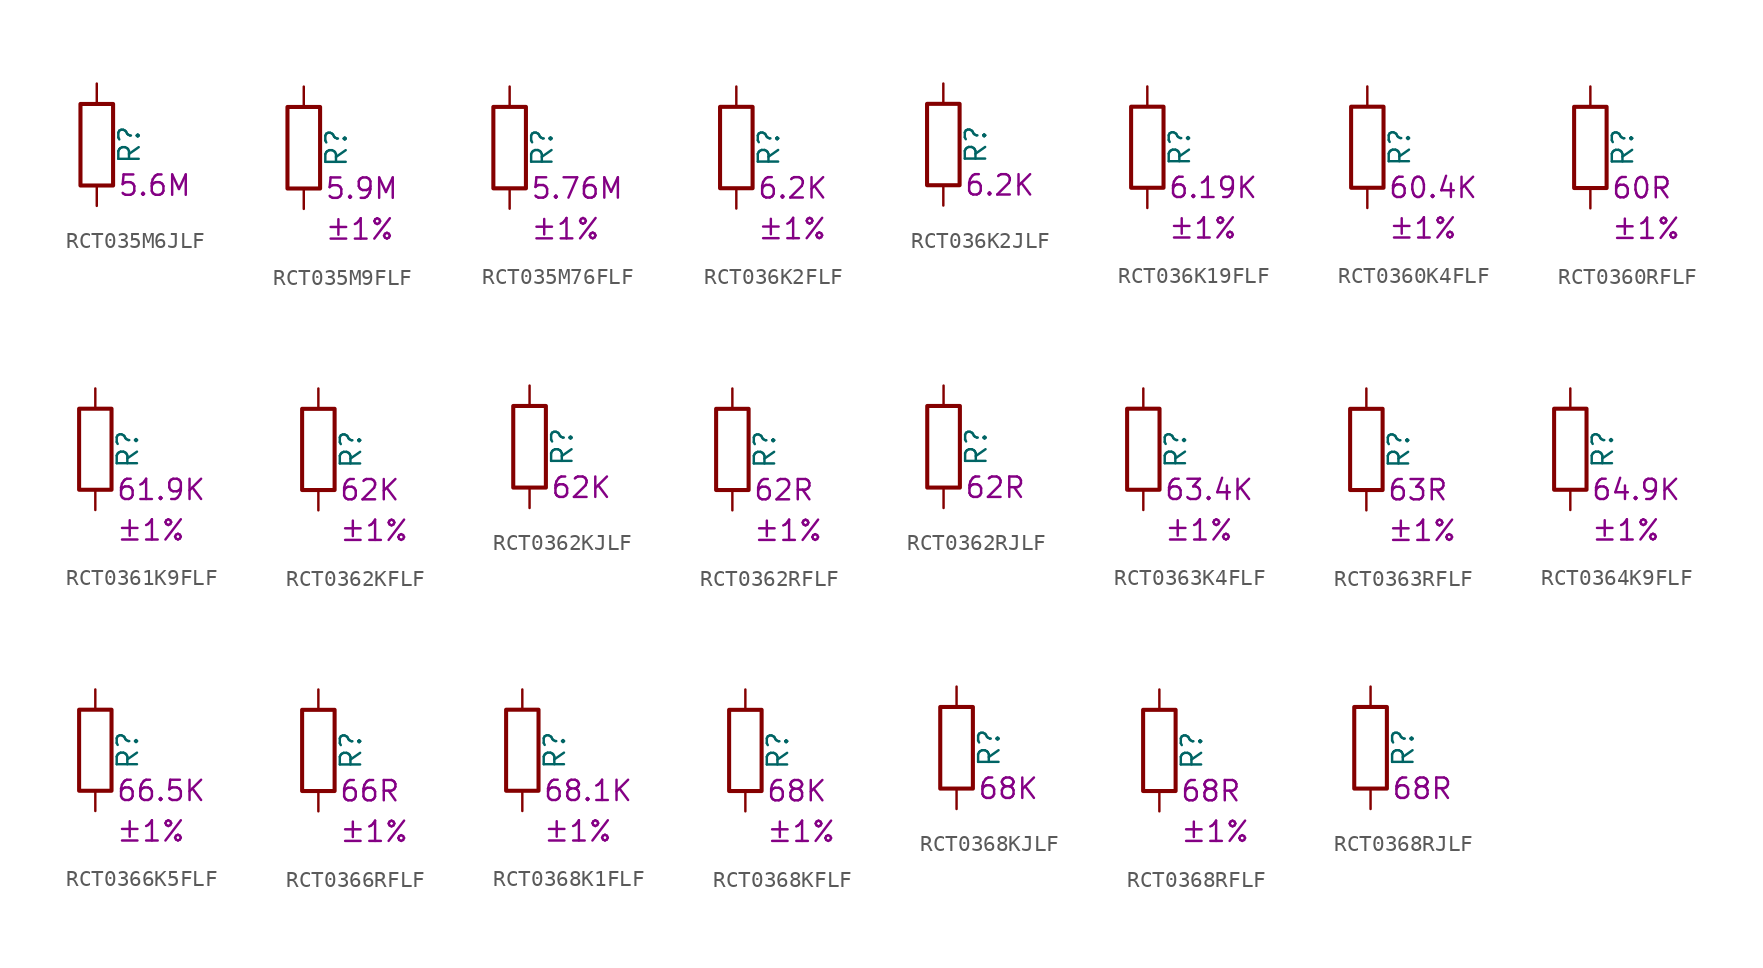
<source format=kicad_sym>
(kicad_symbol_lib
  (version 20220914)
  (generator kicad_symbol_editor)
  (symbol "RCT035M6JLF"
    (pin_numbers hide)
    (pin_names
      (offset 0))
    (property "Reference" "R"
      (at 2.032 0 90)
      (effects (font (size 1.27 1.27))))
    (property "Resistance" "5.6M"
      (at 1.27 -2.54 0)
      (effects (font (size 1.27 1.27)) (justify left)))
    (symbol "RCT035M6JLF_0_1"
      (rectangle (start -1.016 -2.54) (end 1.016 2.54) (stroke (width 0.254) (type default)) (fill (type none))))
    (symbol "RCT035M6JLF_1_1"
      (pin passive line (at 0 3.81 270) (length 1.27) (name "~" (effects (font (size 1.27 1.27)))) (number "1" (effects (font (size 1.27 1.27)))))
      (pin passive line (at 0 -3.81 90) (length 1.27) (name "~" (effects (font (size 1.27 1.27)))) (number "2" (effects (font (size 1.27 1.27)))))))
  (symbol "RCT035M9FLF"
    (pin_numbers hide)
    (pin_names
      (offset 0))
    (property "Reference" "R"
      (at 2.032 0 90)
      (effects (font (size 1.27 1.27))))
    (property "Resistance" "5.9M"
      (at 1.27 -2.54 0)
      (effects (font (size 1.27 1.27)) (justify left)))
    (property "Tolerance" "±1%"
      (at 1.27 -5.08 0)
      (effects (font (size 1.27 1.27)) (justify left)))
    (symbol "RCT035M9FLF_0_1"
      (rectangle (start -1.016 -2.54) (end 1.016 2.54) (stroke (width 0.254) (type default)) (fill (type none))))
    (symbol "RCT035M9FLF_1_1"
      (pin passive line (at 0 3.81 270) (length 1.27) (name "~" (effects (font (size 1.27 1.27)))) (number "1" (effects (font (size 1.27 1.27)))))
      (pin passive line (at 0 -3.81 90) (length 1.27) (name "~" (effects (font (size 1.27 1.27)))) (number "2" (effects (font (size 1.27 1.27)))))))
  (symbol "RCT035M76FLF"
    (pin_numbers hide)
    (pin_names
      (offset 0))
    (property "Reference" "R"
      (at 2.032 0 90)
      (effects (font (size 1.27 1.27))))
    (property "Resistance" "5.76M"
      (at 1.27 -2.54 0)
      (effects (font (size 1.27 1.27)) (justify left)))
    (property "Tolerance" "±1%"
      (at 1.27 -5.08 0)
      (effects (font (size 1.27 1.27)) (justify left)))
    (symbol "RCT035M76FLF_0_1"
      (rectangle (start -1.016 -2.54) (end 1.016 2.54) (stroke (width 0.254) (type default)) (fill (type none))))
    (symbol "RCT035M76FLF_1_1"
      (pin passive line (at 0 3.81 270) (length 1.27) (name "~" (effects (font (size 1.27 1.27)))) (number "1" (effects (font (size 1.27 1.27)))))
      (pin passive line (at 0 -3.81 90) (length 1.27) (name "~" (effects (font (size 1.27 1.27)))) (number "2" (effects (font (size 1.27 1.27)))))))
  (symbol "RCT036K2FLF"
    (pin_numbers hide)
    (pin_names
      (offset 0))
    (property "Reference" "R"
      (at 2.032 0 90)
      (effects (font (size 1.27 1.27))))
    (property "Resistance" "6.2K"
      (at 1.27 -2.54 0)
      (effects (font (size 1.27 1.27)) (justify left)))
    (property "Tolerance" "±1%"
      (at 1.27 -5.08 0)
      (effects (font (size 1.27 1.27)) (justify left)))
    (symbol "RCT036K2FLF_0_1"
      (rectangle (start -1.016 -2.54) (end 1.016 2.54) (stroke (width 0.254) (type default)) (fill (type none))))
    (symbol "RCT036K2FLF_1_1"
      (pin passive line (at 0 3.81 270) (length 1.27) (name "~" (effects (font (size 1.27 1.27)))) (number "1" (effects (font (size 1.27 1.27)))))
      (pin passive line (at 0 -3.81 90) (length 1.27) (name "~" (effects (font (size 1.27 1.27)))) (number "2" (effects (font (size 1.27 1.27)))))))
  (symbol "RCT036K2JLF"
    (pin_numbers hide)
    (pin_names
      (offset 0))
    (property "Reference" "R"
      (at 2.032 0 90)
      (effects (font (size 1.27 1.27))))
    (property "Resistance" "6.2K"
      (at 1.27 -2.54 0)
      (effects (font (size 1.27 1.27)) (justify left)))
    (symbol "RCT036K2JLF_0_1"
      (rectangle (start -1.016 -2.54) (end 1.016 2.54) (stroke (width 0.254) (type default)) (fill (type none))))
    (symbol "RCT036K2JLF_1_1"
      (pin passive line (at 0 3.81 270) (length 1.27) (name "~" (effects (font (size 1.27 1.27)))) (number "1" (effects (font (size 1.27 1.27)))))
      (pin passive line (at 0 -3.81 90) (length 1.27) (name "~" (effects (font (size 1.27 1.27)))) (number "2" (effects (font (size 1.27 1.27)))))))
  (symbol "RCT036K19FLF"
    (pin_numbers hide)
    (pin_names
      (offset 0))
    (property "Reference" "R"
      (at 2.032 0 90)
      (effects (font (size 1.27 1.27))))
    (property "Resistance" "6.19K"
      (at 1.27 -2.54 0)
      (effects (font (size 1.27 1.27)) (justify left)))
    (property "Tolerance" "±1%"
      (at 1.27 -5.08 0)
      (effects (font (size 1.27 1.27)) (justify left)))
    (symbol "RCT036K19FLF_0_1"
      (rectangle (start -1.016 -2.54) (end 1.016 2.54) (stroke (width 0.254) (type default)) (fill (type none))))
    (symbol "RCT036K19FLF_1_1"
      (pin passive line (at 0 3.81 270) (length 1.27) (name "~" (effects (font (size 1.27 1.27)))) (number "1" (effects (font (size 1.27 1.27)))))
      (pin passive line (at 0 -3.81 90) (length 1.27) (name "~" (effects (font (size 1.27 1.27)))) (number "2" (effects (font (size 1.27 1.27)))))))
  (symbol "RCT0360K4FLF"
    (pin_numbers hide)
    (pin_names
      (offset 0))
    (property "Reference" "R"
      (at 2.032 0 90)
      (effects (font (size 1.27 1.27))))
    (property "Resistance" "60.4K"
      (at 1.27 -2.54 0)
      (effects (font (size 1.27 1.27)) (justify left)))
    (property "Tolerance" "±1%"
      (at 1.27 -5.08 0)
      (effects (font (size 1.27 1.27)) (justify left)))
    (symbol "RCT0360K4FLF_0_1"
      (rectangle (start -1.016 -2.54) (end 1.016 2.54) (stroke (width 0.254) (type default)) (fill (type none))))
    (symbol "RCT0360K4FLF_1_1"
      (pin passive line (at 0 3.81 270) (length 1.27) (name "~" (effects (font (size 1.27 1.27)))) (number "1" (effects (font (size 1.27 1.27)))))
      (pin passive line (at 0 -3.81 90) (length 1.27) (name "~" (effects (font (size 1.27 1.27)))) (number "2" (effects (font (size 1.27 1.27)))))))
  (symbol "RCT0360RFLF"
    (pin_numbers hide)
    (pin_names
      (offset 0))
    (property "Reference" "R"
      (at 2.032 0 90)
      (effects (font (size 1.27 1.27))))
    (property "Resistance" "60R"
      (at 1.27 -2.54 0)
      (effects (font (size 1.27 1.27)) (justify left)))
    (property "Tolerance" "±1%"
      (at 1.27 -5.08 0)
      (effects (font (size 1.27 1.27)) (justify left)))
    (symbol "RCT0360RFLF_0_1"
      (rectangle (start -1.016 -2.54) (end 1.016 2.54) (stroke (width 0.254) (type default)) (fill (type none))))
    (symbol "RCT0360RFLF_1_1"
      (pin passive line (at 0 3.81 270) (length 1.27) (name "~" (effects (font (size 1.27 1.27)))) (number "1" (effects (font (size 1.27 1.27)))))
      (pin passive line (at 0 -3.81 90) (length 1.27) (name "~" (effects (font (size 1.27 1.27)))) (number "2" (effects (font (size 1.27 1.27)))))))
  (symbol "RCT0361K9FLF"
    (pin_numbers hide)
    (pin_names
      (offset 0))
    (property "Reference" "R"
      (at 2.032 0 90)
      (effects (font (size 1.27 1.27))))
    (property "Resistance" "61.9K"
      (at 1.27 -2.54 0)
      (effects (font (size 1.27 1.27)) (justify left)))
    (property "Tolerance" "±1%"
      (at 1.27 -5.08 0)
      (effects (font (size 1.27 1.27)) (justify left)))
    (symbol "RCT0361K9FLF_0_1"
      (rectangle (start -1.016 -2.54) (end 1.016 2.54) (stroke (width 0.254) (type default)) (fill (type none))))
    (symbol "RCT0361K9FLF_1_1"
      (pin passive line (at 0 3.81 270) (length 1.27) (name "~" (effects (font (size 1.27 1.27)))) (number "1" (effects (font (size 1.27 1.27)))))
      (pin passive line (at 0 -3.81 90) (length 1.27) (name "~" (effects (font (size 1.27 1.27)))) (number "2" (effects (font (size 1.27 1.27)))))))
  (symbol "RCT0362KFLF"
    (pin_numbers hide)
    (pin_names
      (offset 0))
    (property "Reference" "R"
      (at 2.032 0 90)
      (effects (font (size 1.27 1.27))))
    (property "Resistance" "62K"
      (at 1.27 -2.54 0)
      (effects (font (size 1.27 1.27)) (justify left)))
    (property "Tolerance" "±1%"
      (at 1.27 -5.08 0)
      (effects (font (size 1.27 1.27)) (justify left)))
    (symbol "RCT0362KFLF_0_1"
      (rectangle (start -1.016 -2.54) (end 1.016 2.54) (stroke (width 0.254) (type default)) (fill (type none))))
    (symbol "RCT0362KFLF_1_1"
      (pin passive line (at 0 3.81 270) (length 1.27) (name "~" (effects (font (size 1.27 1.27)))) (number "1" (effects (font (size 1.27 1.27)))))
      (pin passive line (at 0 -3.81 90) (length 1.27) (name "~" (effects (font (size 1.27 1.27)))) (number "2" (effects (font (size 1.27 1.27)))))))
  (symbol "RCT0362KJLF"
    (pin_numbers hide)
    (pin_names
      (offset 0))
    (property "Reference" "R"
      (at 2.032 0 90)
      (effects (font (size 1.27 1.27))))
    (property "Resistance" "62K"
      (at 1.27 -2.54 0)
      (effects (font (size 1.27 1.27)) (justify left)))
    (symbol "RCT0362KJLF_0_1"
      (rectangle (start -1.016 -2.54) (end 1.016 2.54) (stroke (width 0.254) (type default)) (fill (type none))))
    (symbol "RCT0362KJLF_1_1"
      (pin passive line (at 0 3.81 270) (length 1.27) (name "~" (effects (font (size 1.27 1.27)))) (number "1" (effects (font (size 1.27 1.27)))))
      (pin passive line (at 0 -3.81 90) (length 1.27) (name "~" (effects (font (size 1.27 1.27)))) (number "2" (effects (font (size 1.27 1.27)))))))
  (symbol "RCT0362RFLF"
    (pin_numbers hide)
    (pin_names
      (offset 0))
    (property "Reference" "R"
      (at 2.032 0 90)
      (effects (font (size 1.27 1.27))))
    (property "Resistance" "62R"
      (at 1.27 -2.54 0)
      (effects (font (size 1.27 1.27)) (justify left)))
    (property "Tolerance" "±1%"
      (at 1.27 -5.08 0)
      (effects (font (size 1.27 1.27)) (justify left)))
    (symbol "RCT0362RFLF_0_1"
      (rectangle (start -1.016 -2.54) (end 1.016 2.54) (stroke (width 0.254) (type default)) (fill (type none))))
    (symbol "RCT0362RFLF_1_1"
      (pin passive line (at 0 3.81 270) (length 1.27) (name "~" (effects (font (size 1.27 1.27)))) (number "1" (effects (font (size 1.27 1.27)))))
      (pin passive line (at 0 -3.81 90) (length 1.27) (name "~" (effects (font (size 1.27 1.27)))) (number "2" (effects (font (size 1.27 1.27)))))))
  (symbol "RCT0362RJLF"
    (pin_numbers hide)
    (pin_names
      (offset 0))
    (property "Reference" "R"
      (at 2.032 0 90)
      (effects (font (size 1.27 1.27))))
    (property "Resistance" "62R"
      (at 1.27 -2.54 0)
      (effects (font (size 1.27 1.27)) (justify left)))
    (symbol "RCT0362RJLF_0_1"
      (rectangle (start -1.016 -2.54) (end 1.016 2.54) (stroke (width 0.254) (type default)) (fill (type none))))
    (symbol "RCT0362RJLF_1_1"
      (pin passive line (at 0 3.81 270) (length 1.27) (name "~" (effects (font (size 1.27 1.27)))) (number "1" (effects (font (size 1.27 1.27)))))
      (pin passive line (at 0 -3.81 90) (length 1.27) (name "~" (effects (font (size 1.27 1.27)))) (number "2" (effects (font (size 1.27 1.27)))))))
  (symbol "RCT0363K4FLF"
    (pin_numbers hide)
    (pin_names
      (offset 0))
    (property "Reference" "R"
      (at 2.032 0 90)
      (effects (font (size 1.27 1.27))))
    (property "Resistance" "63.4K"
      (at 1.27 -2.54 0)
      (effects (font (size 1.27 1.27)) (justify left)))
    (property "Tolerance" "±1%"
      (at 1.27 -5.08 0)
      (effects (font (size 1.27 1.27)) (justify left)))
    (symbol "RCT0363K4FLF_0_1"
      (rectangle (start -1.016 -2.54) (end 1.016 2.54) (stroke (width 0.254) (type default)) (fill (type none))))
    (symbol "RCT0363K4FLF_1_1"
      (pin passive line (at 0 3.81 270) (length 1.27) (name "~" (effects (font (size 1.27 1.27)))) (number "1" (effects (font (size 1.27 1.27)))))
      (pin passive line (at 0 -3.81 90) (length 1.27) (name "~" (effects (font (size 1.27 1.27)))) (number "2" (effects (font (size 1.27 1.27)))))))
  (symbol "RCT0363RFLF"
    (pin_numbers hide)
    (pin_names
      (offset 0))
    (property "Reference" "R"
      (at 2.032 0 90)
      (effects (font (size 1.27 1.27))))
    (property "Resistance" "63R"
      (at 1.27 -2.54 0)
      (effects (font (size 1.27 1.27)) (justify left)))
    (property "Tolerance" "±1%"
      (at 1.27 -5.08 0)
      (effects (font (size 1.27 1.27)) (justify left)))
    (symbol "RCT0363RFLF_0_1"
      (rectangle (start -1.016 -2.54) (end 1.016 2.54) (stroke (width 0.254) (type default)) (fill (type none))))
    (symbol "RCT0363RFLF_1_1"
      (pin passive line (at 0 3.81 270) (length 1.27) (name "~" (effects (font (size 1.27 1.27)))) (number "1" (effects (font (size 1.27 1.27)))))
      (pin passive line (at 0 -3.81 90) (length 1.27) (name "~" (effects (font (size 1.27 1.27)))) (number "2" (effects (font (size 1.27 1.27)))))))
  (symbol "RCT0364K9FLF"
    (pin_numbers hide)
    (pin_names
      (offset 0))
    (property "Reference" "R"
      (at 2.032 0 90)
      (effects (font (size 1.27 1.27))))
    (property "Resistance" "64.9K"
      (at 1.27 -2.54 0)
      (effects (font (size 1.27 1.27)) (justify left)))
    (property "Tolerance" "±1%"
      (at 1.27 -5.08 0)
      (effects (font (size 1.27 1.27)) (justify left)))
    (symbol "RCT0364K9FLF_0_1"
      (rectangle (start -1.016 -2.54) (end 1.016 2.54) (stroke (width 0.254) (type default)) (fill (type none))))
    (symbol "RCT0364K9FLF_1_1"
      (pin passive line (at 0 3.81 270) (length 1.27) (name "~" (effects (font (size 1.27 1.27)))) (number "1" (effects (font (size 1.27 1.27)))))
      (pin passive line (at 0 -3.81 90) (length 1.27) (name "~" (effects (font (size 1.27 1.27)))) (number "2" (effects (font (size 1.27 1.27)))))))
  (symbol "RCT0366K5FLF"
    (pin_numbers hide)
    (pin_names
      (offset 0))
    (property "Reference" "R"
      (at 2.032 0 90)
      (effects (font (size 1.27 1.27))))
    (property "Resistance" "66.5K"
      (at 1.27 -2.54 0)
      (effects (font (size 1.27 1.27)) (justify left)))
    (property "Tolerance" "±1%"
      (at 1.27 -5.08 0)
      (effects (font (size 1.27 1.27)) (justify left)))
    (symbol "RCT0366K5FLF_0_1"
      (rectangle (start -1.016 -2.54) (end 1.016 2.54) (stroke (width 0.254) (type default)) (fill (type none))))
    (symbol "RCT0366K5FLF_1_1"
      (pin passive line (at 0 3.81 270) (length 1.27) (name "~" (effects (font (size 1.27 1.27)))) (number "1" (effects (font (size 1.27 1.27)))))
      (pin passive line (at 0 -3.81 90) (length 1.27) (name "~" (effects (font (size 1.27 1.27)))) (number "2" (effects (font (size 1.27 1.27)))))))
  (symbol "RCT0366RFLF"
    (pin_numbers hide)
    (pin_names
      (offset 0))
    (property "Reference" "R"
      (at 2.032 0 90)
      (effects (font (size 1.27 1.27))))
    (property "Resistance" "66R"
      (at 1.27 -2.54 0)
      (effects (font (size 1.27 1.27)) (justify left)))
    (property "Tolerance" "±1%"
      (at 1.27 -5.08 0)
      (effects (font (size 1.27 1.27)) (justify left)))
    (symbol "RCT0366RFLF_0_1"
      (rectangle (start -1.016 -2.54) (end 1.016 2.54) (stroke (width 0.254) (type default)) (fill (type none))))
    (symbol "RCT0366RFLF_1_1"
      (pin passive line (at 0 3.81 270) (length 1.27) (name "~" (effects (font (size 1.27 1.27)))) (number "1" (effects (font (size 1.27 1.27)))))
      (pin passive line (at 0 -3.81 90) (length 1.27) (name "~" (effects (font (size 1.27 1.27)))) (number "2" (effects (font (size 1.27 1.27)))))))
  (symbol "RCT0368K1FLF"
    (pin_numbers hide)
    (pin_names
      (offset 0))
    (property "Reference" "R"
      (at 2.032 0 90)
      (effects (font (size 1.27 1.27))))
    (property "Resistance" "68.1K"
      (at 1.27 -2.54 0)
      (effects (font (size 1.27 1.27)) (justify left)))
    (property "Tolerance" "±1%"
      (at 1.27 -5.08 0)
      (effects (font (size 1.27 1.27)) (justify left)))
    (symbol "RCT0368K1FLF_0_1"
      (rectangle (start -1.016 -2.54) (end 1.016 2.54) (stroke (width 0.254) (type default)) (fill (type none))))
    (symbol "RCT0368K1FLF_1_1"
      (pin passive line (at 0 3.81 270) (length 1.27) (name "~" (effects (font (size 1.27 1.27)))) (number "1" (effects (font (size 1.27 1.27)))))
      (pin passive line (at 0 -3.81 90) (length 1.27) (name "~" (effects (font (size 1.27 1.27)))) (number "2" (effects (font (size 1.27 1.27)))))))
  (symbol "RCT0368KFLF"
    (pin_numbers hide)
    (pin_names
      (offset 0))
    (property "Reference" "R"
      (at 2.032 0 90)
      (effects (font (size 1.27 1.27))))
    (property "Resistance" "68K"
      (at 1.27 -2.54 0)
      (effects (font (size 1.27 1.27)) (justify left)))
    (property "Tolerance" "±1%"
      (at 1.27 -5.08 0)
      (effects (font (size 1.27 1.27)) (justify left)))
    (symbol "RCT0368KFLF_0_1"
      (rectangle (start -1.016 -2.54) (end 1.016 2.54) (stroke (width 0.254) (type default)) (fill (type none))))
    (symbol "RCT0368KFLF_1_1"
      (pin passive line (at 0 3.81 270) (length 1.27) (name "~" (effects (font (size 1.27 1.27)))) (number "1" (effects (font (size 1.27 1.27)))))
      (pin passive line (at 0 -3.81 90) (length 1.27) (name "~" (effects (font (size 1.27 1.27)))) (number "2" (effects (font (size 1.27 1.27)))))))
  (symbol "RCT0368KJLF"
    (pin_numbers hide)
    (pin_names
      (offset 0))
    (property "Reference" "R"
      (at 2.032 0 90)
      (effects (font (size 1.27 1.27))))
    (property "Resistance" "68K"
      (at 1.27 -2.54 0)
      (effects (font (size 1.27 1.27)) (justify left)))
    (symbol "RCT0368KJLF_0_1"
      (rectangle (start -1.016 -2.54) (end 1.016 2.54) (stroke (width 0.254) (type default)) (fill (type none))))
    (symbol "RCT0368KJLF_1_1"
      (pin passive line (at 0 3.81 270) (length 1.27) (name "~" (effects (font (size 1.27 1.27)))) (number "1" (effects (font (size 1.27 1.27)))))
      (pin passive line (at 0 -3.81 90) (length 1.27) (name "~" (effects (font (size 1.27 1.27)))) (number "2" (effects (font (size 1.27 1.27)))))))
  (symbol "RCT0368RFLF"
    (pin_numbers hide)
    (pin_names
      (offset 0))
    (property "Reference" "R"
      (at 2.032 0 90)
      (effects (font (size 1.27 1.27))))
    (property "Resistance" "68R"
      (at 1.27 -2.54 0)
      (effects (font (size 1.27 1.27)) (justify left)))
    (property "Tolerance" "±1%"
      (at 1.27 -5.08 0)
      (effects (font (size 1.27 1.27)) (justify left)))
    (symbol "RCT0368RFLF_0_1"
      (rectangle (start -1.016 -2.54) (end 1.016 2.54) (stroke (width 0.254) (type default)) (fill (type none))))
    (symbol "RCT0368RFLF_1_1"
      (pin passive line (at 0 3.81 270) (length 1.27) (name "~" (effects (font (size 1.27 1.27)))) (number "1" (effects (font (size 1.27 1.27)))))
      (pin passive line (at 0 -3.81 90) (length 1.27) (name "~" (effects (font (size 1.27 1.27)))) (number "2" (effects (font (size 1.27 1.27)))))))
  (symbol "RCT0368RJLF"
    (pin_numbers hide)
    (pin_names
      (offset 0))
    (property "Reference" "R"
      (at 2.032 0 90)
      (effects (font (size 1.27 1.27))))
    (property "Resistance" "68R"
      (at 1.27 -2.54 0)
      (effects (font (size 1.27 1.27)) (justify left)))
    (symbol "RCT0368RJLF_0_1"
      (rectangle (start -1.016 -2.54) (end 1.016 2.54) (stroke (width 0.254) (type default)) (fill (type none))))
    (symbol "RCT0368RJLF_1_1"
      (pin passive line (at 0 3.81 270) (length 1.27) (name "~" (effects (font (size 1.27 1.27)))) (number "1" (effects (font (size 1.27 1.27)))))
      (pin passive line (at 0 -3.81 90) (length 1.27) (name "~" (effects (font (size 1.27 1.27)))) (number "2" (effects (font (size 1.27 1.27))))))))
</source>
